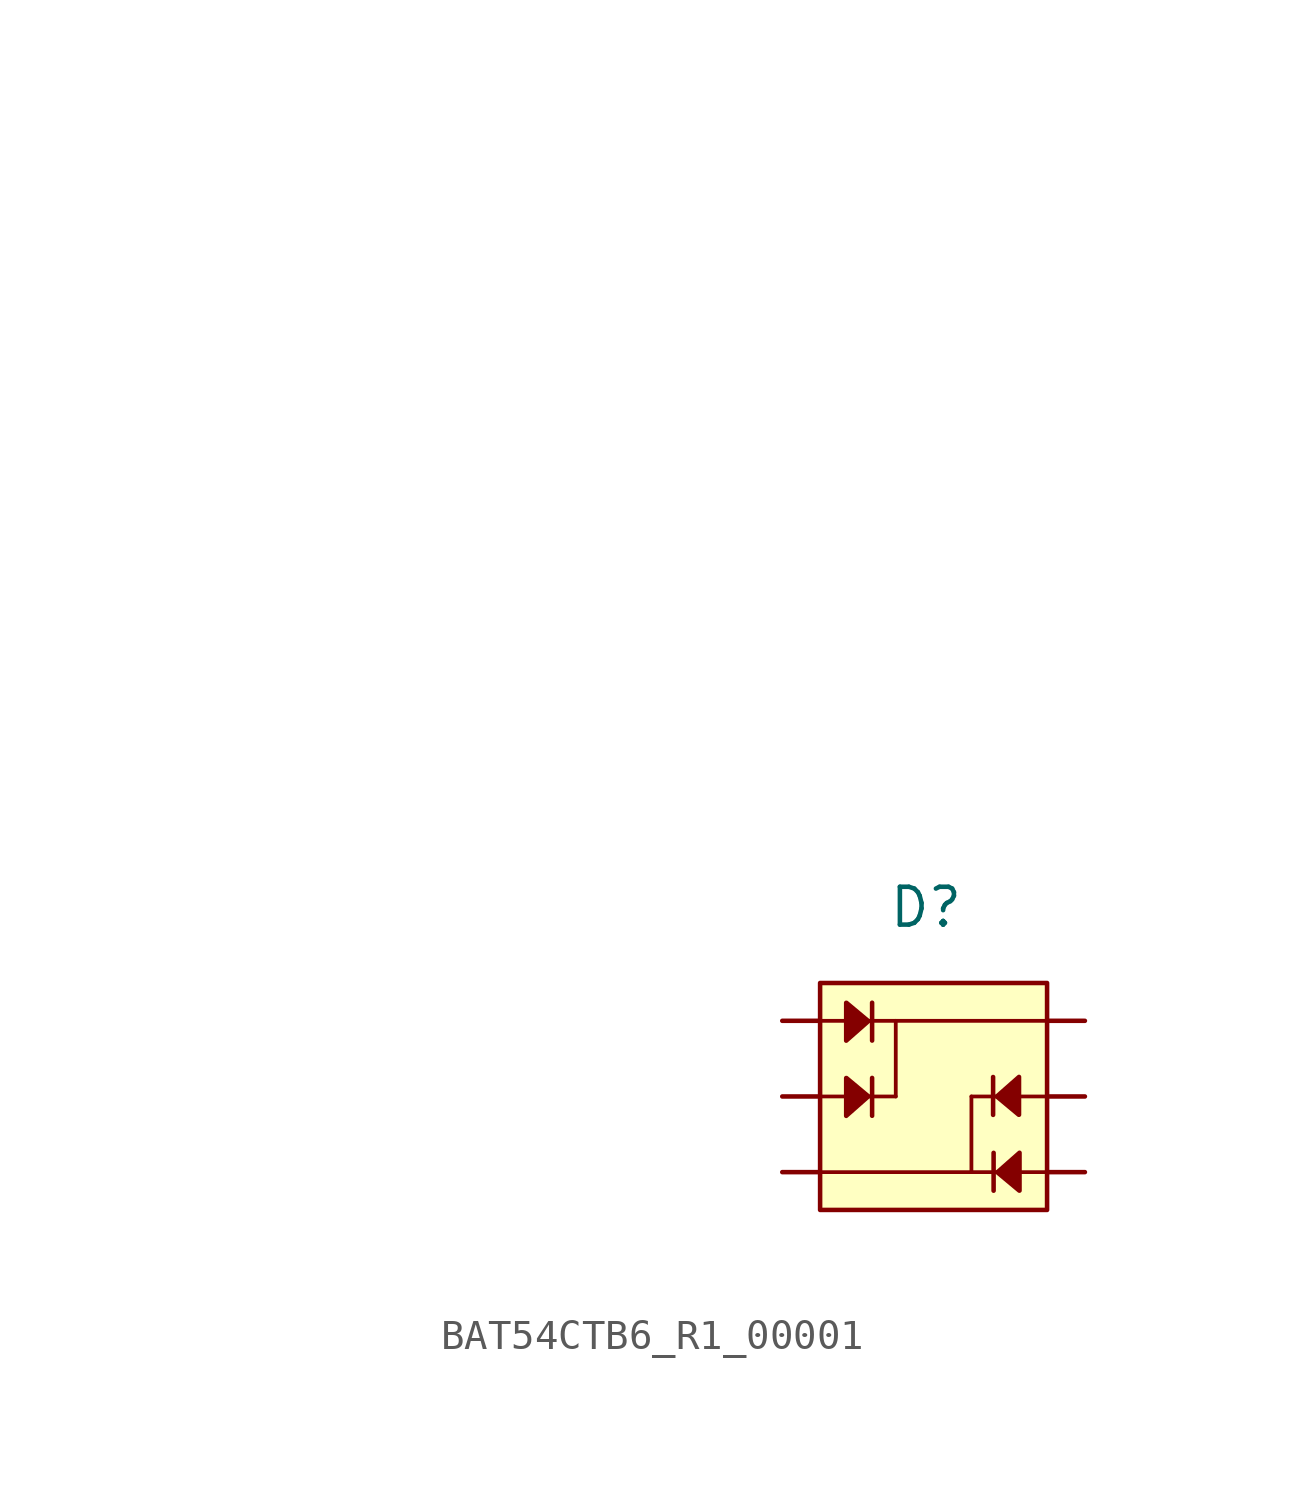
<source format=kicad_sym>
(kicad_symbol_lib
  (version 20241209)
  (generator "kicad_symbol_editor")
  (generator_version "9.0")
  (symbol "BAT54CTB6_R1_00001"
    (pin_numbers
      (hide yes))
    (pin_names
      (hide yes))
    (property "Reference" "D"
      (at 4.826 3.81 0)
      (effects (font (size 1.27 1.27))))
    (property "Value" ""
      (at -19.05 26.67 0)
      (effects (font (size 1.27 1.27))))
    (symbol "BAT54CTB6_R1_00001_0_1"
      (rectangle (start 1.27 1.27) (end 8.89 -6.35) (stroke (width 0) (type default)) (fill (type background)))
      (polyline (pts (xy 2.146 0.604) (xy 2.146 -0.666) (xy 2.89 -0.011) (xy 2.154 0.604)) (stroke (width 0) (type default)) (fill (type outline)))
      (polyline (pts (xy 2.146 -1.921) (xy 2.146 -3.191) (xy 2.89 -2.535) (xy 2.154 -1.921)) (stroke (width 0) (type default)) (fill (type outline)))
      (polyline (pts (xy 2.54 0) (xy 1.27 0)) (stroke (width 0.127) (type default)) (fill (type none)))
      (polyline (pts (xy 2.54 -2.54) (xy 1.27 -2.54)) (stroke (width 0.127) (type default)) (fill (type none)))
      (polyline (pts (xy 3.016 0.607) (xy 3.016 -0.663)) (stroke (width 0) (type default)) (fill (type none)))
      (polyline (pts (xy 3.016 -1.918) (xy 3.016 -3.188)) (stroke (width 0) (type default)) (fill (type none)))
      (polyline (pts (xy 3.81 0) (xy 3.81 -2.54)) (stroke (width 0.127) (type default)) (fill (type none)))
      (polyline (pts (xy 3.81 -2.54) (xy 2.54 -2.54)) (stroke (width 0.127) (type default)) (fill (type none)))
      (polyline (pts (xy 6.35 -2.54) (xy 6.35 -5.08)) (stroke (width 0.127) (type default)) (fill (type none)))
      (polyline (pts (xy 7.078 -3.158) (xy 7.078 -1.887)) (stroke (width 0) (type default)) (fill (type none)))
      (polyline (pts (xy 7.095 -5.703) (xy 7.095 -4.433)) (stroke (width 0) (type default)) (fill (type none)))
      (polyline (pts (xy 7.62 -2.54) (xy 6.35 -2.54)) (stroke (width 0.127) (type default)) (fill (type none)))
      (polyline (pts (xy 7.62 -5.08) (xy 1.27 -5.08)) (stroke (width 0.127) (type default)) (fill (type none)))
      (polyline (pts (xy 7.948 -3.154) (xy 7.948 -1.884) (xy 7.203 -2.54) (xy 7.94 -3.154)) (stroke (width 0) (type default)) (fill (type outline)))
      (polyline (pts (xy 7.965 -5.7) (xy 7.965 -4.43) (xy 7.221 -5.086) (xy 7.957 -5.7)) (stroke (width 0) (type default)) (fill (type outline)))
      (polyline (pts (xy 8.89 0) (xy 2.54 0)) (stroke (width 0.127) (type default)) (fill (type none)))
      (polyline (pts (xy 8.89 -2.54) (xy 7.62 -2.54)) (stroke (width 0.127) (type default)) (fill (type none)))
      (polyline (pts (xy 8.89 -5.08) (xy 7.62 -5.08)) (stroke (width 0.127) (type default)) (fill (type none))))
    (symbol "BAT54CTB6_R1_00001_1_1"
      (pin passive line (at 0 0 0) (length 1.27) (name "" (effects (font (size 1.27 1.27)))) (number "1" (effects (font (size 1.27 1.27)))))
      (pin passive line (at 0 -2.54 0) (length 1.27) (name "" (effects (font (size 1.27 1.27)))) (number "2" (effects (font (size 1.27 1.27)))))
      (pin passive line (at 0 -5.08 0) (length 1.27) (name "" (effects (font (size 1.27 1.27)))) (number "3" (effects (font (size 1.27 1.27)))))
      (pin passive line (at 10.16 0 180) (length 1.27) (name "" (effects (font (size 1.27 1.27)))) (number "6" (effects (font (size 1.27 1.27)))))
      (pin passive line (at 10.16 -2.54 180) (length 1.27) (name "" (effects (font (size 1.27 1.27)))) (number "5" (effects (font (size 1.27 1.27)))))
      (pin passive line (at 10.16 -5.08 180) (length 1.27) (name "" (effects (font (size 1.27 1.27)))) (number "4" (effects (font (size 1.27 1.27))))))))
</source>
